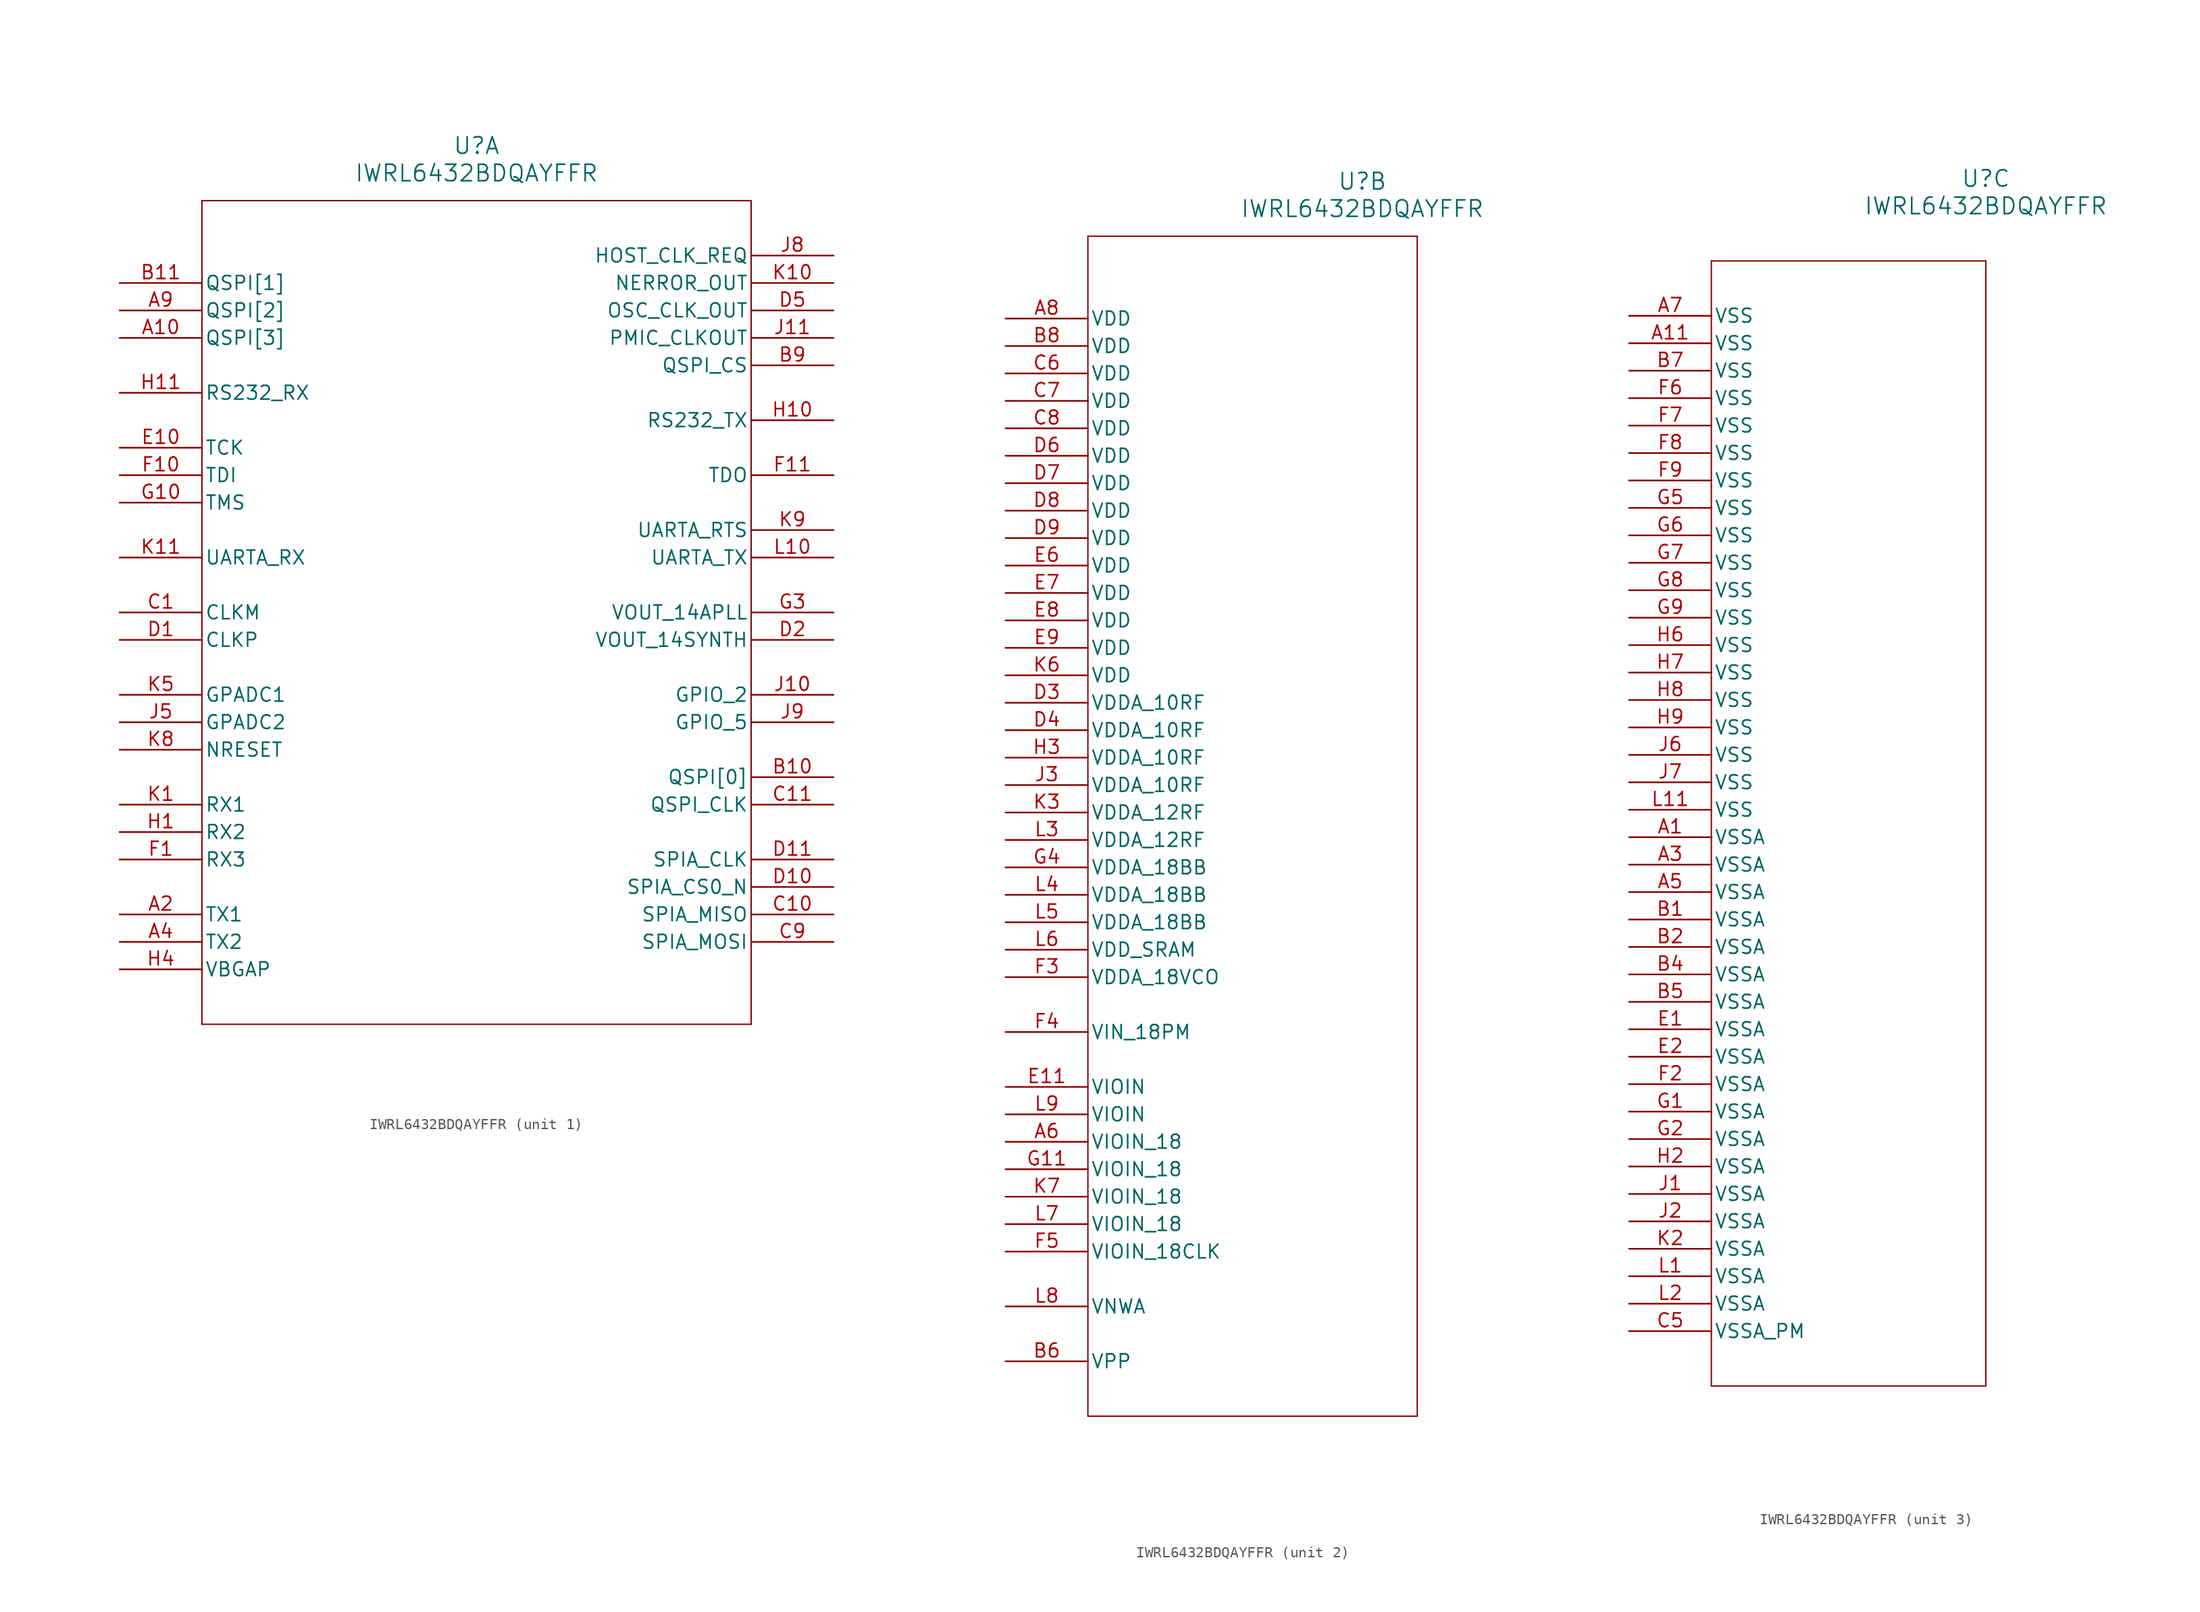
<source format=kicad_sym>
(kicad_symbol_lib
  (version 20211014)
  (generator kicad_symbol_editor)
  (symbol "IWRL6432BDQAYFFR"
    (pin_names
      (offset 0.254))
    (property "Reference" "U"
      (at 33.02 12.7 0)
      (effects (font (size 1.524 1.524))))
    (property "Value" "IWRL6432BDQAYFFR"
      (at 33.02 10.16 0)
      (effects (font (size 1.524 1.524))))
    (symbol "IWRL6432BDQAYFFR_1_1"
      (polyline (pts (xy 7.62 7.62) (xy 7.62 -68.58)) (stroke (width 0.127) (type default) (color 0 0 0 0)) (fill (type none)))
      (polyline (pts (xy 7.62 -68.58) (xy 58.42 -68.58)) (stroke (width 0.127) (type default) (color 0 0 0 0)) (fill (type none)))
      (polyline (pts (xy 58.42 -68.58) (xy 58.42 7.62)) (stroke (width 0.127) (type default) (color 0 0 0 0)) (fill (type none)))
      (polyline (pts (xy 58.42 7.62) (xy 7.62 7.62)) (stroke (width 0.127) (type default) (color 0 0 0 0)) (fill (type none)))
      (pin unspecified line (at 0 -58.42 0) (length 7.62) (name "TX1" (effects (font (size 1.27 1.27)))) (number "A2" (effects (font (size 1.27 1.27)))))
      (pin unspecified line (at 0 -60.96 0) (length 7.62) (name "TX2" (effects (font (size 1.27 1.27)))) (number "A4" (effects (font (size 1.27 1.27)))))
      (pin input line (at 0 -2.54 0) (length 7.62) (name "QSPI[2]" (effects (font (size 1.27 1.27)))) (number "A9" (effects (font (size 1.27 1.27)))))
      (pin input line (at 0 -5.08 0) (length 7.62) (name "QSPI[3]" (effects (font (size 1.27 1.27)))) (number "A10" (effects (font (size 1.27 1.27)))))
      (pin output line (at 66.04 -7.62 180) (length 7.62) (name "QSPI_CS" (effects (font (size 1.27 1.27)))) (number "B9" (effects (font (size 1.27 1.27)))))
      (pin bidirectional line (at 66.04 -45.72 180) (length 7.62) (name "QSPI[0]" (effects (font (size 1.27 1.27)))) (number "B10" (effects (font (size 1.27 1.27)))))
      (pin input line (at 0 0 0) (length 7.62) (name "QSPI[1]" (effects (font (size 1.27 1.27)))) (number "B11" (effects (font (size 1.27 1.27)))))
      (pin unspecified line (at 0 -30.48 0) (length 7.62) (name "CLKM" (effects (font (size 1.27 1.27)))) (number "C1" (effects (font (size 1.27 1.27)))))
      (pin bidirectional line (at 66.04 -60.96 180) (length 7.62) (name "SPIA_MOSI" (effects (font (size 1.27 1.27)))) (number "C9" (effects (font (size 1.27 1.27)))))
      (pin bidirectional line (at 66.04 -58.42 180) (length 7.62) (name "SPIA_MISO" (effects (font (size 1.27 1.27)))) (number "C10" (effects (font (size 1.27 1.27)))))
      (pin bidirectional line (at 66.04 -48.26 180) (length 7.62) (name "QSPI_CLK" (effects (font (size 1.27 1.27)))) (number "C11" (effects (font (size 1.27 1.27)))))
      (pin unspecified line (at 0 -33.02 0) (length 7.62) (name "CLKP" (effects (font (size 1.27 1.27)))) (number "D1" (effects (font (size 1.27 1.27)))))
      (pin power_in line (at 66.04 -33.02 180) (length 7.62) (name "VOUT_14SYNTH" (effects (font (size 1.27 1.27)))) (number "D2" (effects (font (size 1.27 1.27)))))
      (pin unspecified line (at 66.04 -2.54 180) (length 7.62) (name "OSC_CLK_OUT" (effects (font (size 1.27 1.27)))) (number "D5" (effects (font (size 1.27 1.27)))))
      (pin bidirectional line (at 66.04 -55.88 180) (length 7.62) (name "SPIA_CS0_N" (effects (font (size 1.27 1.27)))) (number "D10" (effects (font (size 1.27 1.27)))))
      (pin bidirectional line (at 66.04 -53.34 180) (length 7.62) (name "SPIA_CLK" (effects (font (size 1.27 1.27)))) (number "D11" (effects (font (size 1.27 1.27)))))
      (pin input line (at 0 -15.24 0) (length 7.62) (name "TCK" (effects (font (size 1.27 1.27)))) (number "E10" (effects (font (size 1.27 1.27)))))
      (pin unspecified line (at 0 -53.34 0) (length 7.62) (name "RX3" (effects (font (size 1.27 1.27)))) (number "F1" (effects (font (size 1.27 1.27)))))
      (pin input line (at 0 -17.78 0) (length 7.62) (name "TDI" (effects (font (size 1.27 1.27)))) (number "F10" (effects (font (size 1.27 1.27)))))
      (pin output line (at 66.04 -17.78 180) (length 7.62) (name "TDO" (effects (font (size 1.27 1.27)))) (number "F11" (effects (font (size 1.27 1.27)))))
      (pin power_in line (at 66.04 -30.48 180) (length 7.62) (name "VOUT_14APLL" (effects (font (size 1.27 1.27)))) (number "G3" (effects (font (size 1.27 1.27)))))
      (pin input line (at 0 -20.32 0) (length 7.62) (name "TMS" (effects (font (size 1.27 1.27)))) (number "G10" (effects (font (size 1.27 1.27)))))
      (pin unspecified line (at 0 -50.8 0) (length 7.62) (name "RX2" (effects (font (size 1.27 1.27)))) (number "H1" (effects (font (size 1.27 1.27)))))
      (pin unspecified line (at 0 -63.5 0) (length 7.62) (name "VBGAP" (effects (font (size 1.27 1.27)))) (number "H4" (effects (font (size 1.27 1.27)))))
      (pin output line (at 66.04 -12.7 180) (length 7.62) (name "RS232_TX" (effects (font (size 1.27 1.27)))) (number "H10" (effects (font (size 1.27 1.27)))))
      (pin input line (at 0 -10.16 0) (length 7.62) (name "RS232_RX" (effects (font (size 1.27 1.27)))) (number "H11" (effects (font (size 1.27 1.27)))))
      (pin unspecified line (at 0 -40.64 0) (length 7.62) (name "GPADC2" (effects (font (size 1.27 1.27)))) (number "J5" (effects (font (size 1.27 1.27)))))
      (pin output line (at 66.04 2.54 180) (length 7.62) (name "HOST_CLK_REQ" (effects (font (size 1.27 1.27)))) (number "J8" (effects (font (size 1.27 1.27)))))
      (pin bidirectional line (at 66.04 -40.64 180) (length 7.62) (name "GPIO_5" (effects (font (size 1.27 1.27)))) (number "J9" (effects (font (size 1.27 1.27)))))
      (pin bidirectional line (at 66.04 -38.1 180) (length 7.62) (name "GPIO_2" (effects (font (size 1.27 1.27)))) (number "J10" (effects (font (size 1.27 1.27)))))
      (pin output line (at 66.04 -5.08 180) (length 7.62) (name "PMIC_CLKOUT" (effects (font (size 1.27 1.27)))) (number "J11" (effects (font (size 1.27 1.27)))))
      (pin unspecified line (at 0 -48.26 0) (length 7.62) (name "RX1" (effects (font (size 1.27 1.27)))) (number "K1" (effects (font (size 1.27 1.27)))))
      (pin unspecified line (at 0 -38.1 0) (length 7.62) (name "GPADC1" (effects (font (size 1.27 1.27)))) (number "K5" (effects (font (size 1.27 1.27)))))
      (pin unspecified line (at 0 -43.18 0) (length 7.62) (name "NRESET" (effects (font (size 1.27 1.27)))) (number "K8" (effects (font (size 1.27 1.27)))))
      (pin output line (at 66.04 -22.86 180) (length 7.62) (name "UARTA_RTS" (effects (font (size 1.27 1.27)))) (number "K9" (effects (font (size 1.27 1.27)))))
      (pin output line (at 66.04 0 180) (length 7.62) (name "NERROR_OUT" (effects (font (size 1.27 1.27)))) (number "K10" (effects (font (size 1.27 1.27)))))
      (pin input line (at 0 -25.4 0) (length 7.62) (name "UARTA_RX" (effects (font (size 1.27 1.27)))) (number "K11" (effects (font (size 1.27 1.27)))))
      (pin output line (at 66.04 -25.4 180) (length 7.62) (name "UARTA_TX" (effects (font (size 1.27 1.27)))) (number "L10" (effects (font (size 1.27 1.27))))))
    (symbol "IWRL6432BDQAYFFR_2_1"
      (polyline (pts (xy 7.62 7.62) (xy 7.62 -101.6)) (stroke (width 0.127) (type default) (color 0 0 0 0)) (fill (type none)))
      (polyline (pts (xy 7.62 -101.6) (xy 38.1 -101.6)) (stroke (width 0.127) (type default) (color 0 0 0 0)) (fill (type none)))
      (polyline (pts (xy 38.1 -101.6) (xy 38.1 7.62)) (stroke (width 0.127) (type default) (color 0 0 0 0)) (fill (type none)))
      (polyline (pts (xy 38.1 7.62) (xy 7.62 7.62)) (stroke (width 0.127) (type default) (color 0 0 0 0)) (fill (type none)))
      (pin power_in line (at 0 -76.2 0) (length 7.62) (name "VIOIN_18" (effects (font (size 1.27 1.27)))) (number "A6" (effects (font (size 1.27 1.27)))))
      (pin power_in line (at 0 0 0) (length 7.62) (name "VDD" (effects (font (size 1.27 1.27)))) (number "A8" (effects (font (size 1.27 1.27)))))
      (pin power_in line (at 0 -96.52 0) (length 7.62) (name "VPP" (effects (font (size 1.27 1.27)))) (number "B6" (effects (font (size 1.27 1.27)))))
      (pin power_in line (at 0 -2.54 0) (length 7.62) (name "VDD" (effects (font (size 1.27 1.27)))) (number "B8" (effects (font (size 1.27 1.27)))))
      (pin power_in line (at 0 -5.08 0) (length 7.62) (name "VDD" (effects (font (size 1.27 1.27)))) (number "C6" (effects (font (size 1.27 1.27)))))
      (pin power_in line (at 0 -7.62 0) (length 7.62) (name "VDD" (effects (font (size 1.27 1.27)))) (number "C7" (effects (font (size 1.27 1.27)))))
      (pin power_in line (at 0 -10.16 0) (length 7.62) (name "VDD" (effects (font (size 1.27 1.27)))) (number "C8" (effects (font (size 1.27 1.27)))))
      (pin power_in line (at 0 -35.56 0) (length 7.62) (name "VDDA_10RF" (effects (font (size 1.27 1.27)))) (number "D3" (effects (font (size 1.27 1.27)))))
      (pin power_in line (at 0 -38.1 0) (length 7.62) (name "VDDA_10RF" (effects (font (size 1.27 1.27)))) (number "D4" (effects (font (size 1.27 1.27)))))
      (pin power_in line (at 0 -12.7 0) (length 7.62) (name "VDD" (effects (font (size 1.27 1.27)))) (number "D6" (effects (font (size 1.27 1.27)))))
      (pin power_in line (at 0 -15.24 0) (length 7.62) (name "VDD" (effects (font (size 1.27 1.27)))) (number "D7" (effects (font (size 1.27 1.27)))))
      (pin power_in line (at 0 -17.78 0) (length 7.62) (name "VDD" (effects (font (size 1.27 1.27)))) (number "D8" (effects (font (size 1.27 1.27)))))
      (pin power_in line (at 0 -20.32 0) (length 7.62) (name "VDD" (effects (font (size 1.27 1.27)))) (number "D9" (effects (font (size 1.27 1.27)))))
      (pin power_in line (at 0 -22.86 0) (length 7.62) (name "VDD" (effects (font (size 1.27 1.27)))) (number "E6" (effects (font (size 1.27 1.27)))))
      (pin power_in line (at 0 -25.4 0) (length 7.62) (name "VDD" (effects (font (size 1.27 1.27)))) (number "E7" (effects (font (size 1.27 1.27)))))
      (pin power_in line (at 0 -27.94 0) (length 7.62) (name "VDD" (effects (font (size 1.27 1.27)))) (number "E8" (effects (font (size 1.27 1.27)))))
      (pin power_in line (at 0 -30.48 0) (length 7.62) (name "VDD" (effects (font (size 1.27 1.27)))) (number "E9" (effects (font (size 1.27 1.27)))))
      (pin power_in line (at 0 -71.12 0) (length 7.62) (name "VIOIN" (effects (font (size 1.27 1.27)))) (number "E11" (effects (font (size 1.27 1.27)))))
      (pin power_in line (at 0 -60.96 0) (length 7.62) (name "VDDA_18VCO" (effects (font (size 1.27 1.27)))) (number "F3" (effects (font (size 1.27 1.27)))))
      (pin power_in line (at 0 -66.04 0) (length 7.62) (name "VIN_18PM" (effects (font (size 1.27 1.27)))) (number "F4" (effects (font (size 1.27 1.27)))))
      (pin power_in line (at 0 -86.36 0) (length 7.62) (name "VIOIN_18CLK" (effects (font (size 1.27 1.27)))) (number "F5" (effects (font (size 1.27 1.27)))))
      (pin power_in line (at 0 -50.8 0) (length 7.62) (name "VDDA_18BB" (effects (font (size 1.27 1.27)))) (number "G4" (effects (font (size 1.27 1.27)))))
      (pin power_in line (at 0 -78.74 0) (length 7.62) (name "VIOIN_18" (effects (font (size 1.27 1.27)))) (number "G11" (effects (font (size 1.27 1.27)))))
      (pin power_in line (at 0 -40.64 0) (length 7.62) (name "VDDA_10RF" (effects (font (size 1.27 1.27)))) (number "H3" (effects (font (size 1.27 1.27)))))
      (pin power_in line (at 0 -43.18 0) (length 7.62) (name "VDDA_10RF" (effects (font (size 1.27 1.27)))) (number "J3" (effects (font (size 1.27 1.27)))))
      (pin power_in line (at 0 -45.72 0) (length 7.62) (name "VDDA_12RF" (effects (font (size 1.27 1.27)))) (number "K3" (effects (font (size 1.27 1.27)))))
      (pin power_in line (at 0 -33.02 0) (length 7.62) (name "VDD" (effects (font (size 1.27 1.27)))) (number "K6" (effects (font (size 1.27 1.27)))))
      (pin power_in line (at 0 -81.28 0) (length 7.62) (name "VIOIN_18" (effects (font (size 1.27 1.27)))) (number "K7" (effects (font (size 1.27 1.27)))))
      (pin power_in line (at 0 -48.26 0) (length 7.62) (name "VDDA_12RF" (effects (font (size 1.27 1.27)))) (number "L3" (effects (font (size 1.27 1.27)))))
      (pin power_in line (at 0 -53.34 0) (length 7.62) (name "VDDA_18BB" (effects (font (size 1.27 1.27)))) (number "L4" (effects (font (size 1.27 1.27)))))
      (pin power_in line (at 0 -55.88 0) (length 7.62) (name "VDDA_18BB" (effects (font (size 1.27 1.27)))) (number "L5" (effects (font (size 1.27 1.27)))))
      (pin power_in line (at 0 -58.42 0) (length 7.62) (name "VDD_SRAM" (effects (font (size 1.27 1.27)))) (number "L6" (effects (font (size 1.27 1.27)))))
      (pin power_in line (at 0 -83.82 0) (length 7.62) (name "VIOIN_18" (effects (font (size 1.27 1.27)))) (number "L7" (effects (font (size 1.27 1.27)))))
      (pin power_in line (at 0 -91.44 0) (length 7.62) (name "VNWA" (effects (font (size 1.27 1.27)))) (number "L8" (effects (font (size 1.27 1.27)))))
      (pin power_in line (at 0 -73.66 0) (length 7.62) (name "VIOIN" (effects (font (size 1.27 1.27)))) (number "L9" (effects (font (size 1.27 1.27))))))
    (symbol "IWRL6432BDQAYFFR_3_1"
      (polyline (pts (xy 7.62 5.08) (xy 7.62 -99.06)) (stroke (width 0.127) (type default) (color 0 0 0 0)) (fill (type none)))
      (polyline (pts (xy 7.62 -99.06) (xy 33.02 -99.06)) (stroke (width 0.127) (type default) (color 0 0 0 0)) (fill (type none)))
      (polyline (pts (xy 33.02 -99.06) (xy 33.02 5.08)) (stroke (width 0.127) (type default) (color 0 0 0 0)) (fill (type none)))
      (polyline (pts (xy 33.02 5.08) (xy 7.62 5.08)) (stroke (width 0.127) (type default) (color 0 0 0 0)) (fill (type none)))
      (pin power_out line (at 0 -48.26 0) (length 7.62) (name "VSSA" (effects (font (size 1.27 1.27)))) (number "A1" (effects (font (size 1.27 1.27)))))
      (pin power_out line (at 0 -50.8 0) (length 7.62) (name "VSSA" (effects (font (size 1.27 1.27)))) (number "A3" (effects (font (size 1.27 1.27)))))
      (pin power_out line (at 0 -53.34 0) (length 7.62) (name "VSSA" (effects (font (size 1.27 1.27)))) (number "A5" (effects (font (size 1.27 1.27)))))
      (pin power_out line (at 0 0 0) (length 7.62) (name "VSS" (effects (font (size 1.27 1.27)))) (number "A7" (effects (font (size 1.27 1.27)))))
      (pin power_out line (at 0 -2.54 0) (length 7.62) (name "VSS" (effects (font (size 1.27 1.27)))) (number "A11" (effects (font (size 1.27 1.27)))))
      (pin power_out line (at 0 -55.88 0) (length 7.62) (name "VSSA" (effects (font (size 1.27 1.27)))) (number "B1" (effects (font (size 1.27 1.27)))))
      (pin power_out line (at 0 -58.42 0) (length 7.62) (name "VSSA" (effects (font (size 1.27 1.27)))) (number "B2" (effects (font (size 1.27 1.27)))))
      (pin power_out line (at 0 -60.96 0) (length 7.62) (name "VSSA" (effects (font (size 1.27 1.27)))) (number "B4" (effects (font (size 1.27 1.27)))))
      (pin power_out line (at 0 -63.5 0) (length 7.62) (name "VSSA" (effects (font (size 1.27 1.27)))) (number "B5" (effects (font (size 1.27 1.27)))))
      (pin power_out line (at 0 -5.08 0) (length 7.62) (name "VSS" (effects (font (size 1.27 1.27)))) (number "B7" (effects (font (size 1.27 1.27)))))
      (pin power_out line (at 0 -93.98 0) (length 7.62) (name "VSSA_PM" (effects (font (size 1.27 1.27)))) (number "C5" (effects (font (size 1.27 1.27)))))
      (pin power_out line (at 0 -66.04 0) (length 7.62) (name "VSSA" (effects (font (size 1.27 1.27)))) (number "E1" (effects (font (size 1.27 1.27)))))
      (pin power_out line (at 0 -68.58 0) (length 7.62) (name "VSSA" (effects (font (size 1.27 1.27)))) (number "E2" (effects (font (size 1.27 1.27)))))
      (pin power_out line (at 0 -71.12 0) (length 7.62) (name "VSSA" (effects (font (size 1.27 1.27)))) (number "F2" (effects (font (size 1.27 1.27)))))
      (pin power_out line (at 0 -7.62 0) (length 7.62) (name "VSS" (effects (font (size 1.27 1.27)))) (number "F6" (effects (font (size 1.27 1.27)))))
      (pin power_out line (at 0 -10.16 0) (length 7.62) (name "VSS" (effects (font (size 1.27 1.27)))) (number "F7" (effects (font (size 1.27 1.27)))))
      (pin power_out line (at 0 -12.7 0) (length 7.62) (name "VSS" (effects (font (size 1.27 1.27)))) (number "F8" (effects (font (size 1.27 1.27)))))
      (pin power_out line (at 0 -15.24 0) (length 7.62) (name "VSS" (effects (font (size 1.27 1.27)))) (number "F9" (effects (font (size 1.27 1.27)))))
      (pin power_out line (at 0 -73.66 0) (length 7.62) (name "VSSA" (effects (font (size 1.27 1.27)))) (number "G1" (effects (font (size 1.27 1.27)))))
      (pin power_out line (at 0 -76.2 0) (length 7.62) (name "VSSA" (effects (font (size 1.27 1.27)))) (number "G2" (effects (font (size 1.27 1.27)))))
      (pin power_out line (at 0 -17.78 0) (length 7.62) (name "VSS" (effects (font (size 1.27 1.27)))) (number "G5" (effects (font (size 1.27 1.27)))))
      (pin power_out line (at 0 -20.32 0) (length 7.62) (name "VSS" (effects (font (size 1.27 1.27)))) (number "G6" (effects (font (size 1.27 1.27)))))
      (pin power_out line (at 0 -22.86 0) (length 7.62) (name "VSS" (effects (font (size 1.27 1.27)))) (number "G7" (effects (font (size 1.27 1.27)))))
      (pin power_out line (at 0 -25.4 0) (length 7.62) (name "VSS" (effects (font (size 1.27 1.27)))) (number "G8" (effects (font (size 1.27 1.27)))))
      (pin power_out line (at 0 -27.94 0) (length 7.62) (name "VSS" (effects (font (size 1.27 1.27)))) (number "G9" (effects (font (size 1.27 1.27)))))
      (pin power_out line (at 0 -78.74 0) (length 7.62) (name "VSSA" (effects (font (size 1.27 1.27)))) (number "H2" (effects (font (size 1.27 1.27)))))
      (pin power_out line (at 0 -30.48 0) (length 7.62) (name "VSS" (effects (font (size 1.27 1.27)))) (number "H6" (effects (font (size 1.27 1.27)))))
      (pin power_out line (at 0 -33.02 0) (length 7.62) (name "VSS" (effects (font (size 1.27 1.27)))) (number "H7" (effects (font (size 1.27 1.27)))))
      (pin power_out line (at 0 -35.56 0) (length 7.62) (name "VSS" (effects (font (size 1.27 1.27)))) (number "H8" (effects (font (size 1.27 1.27)))))
      (pin power_out line (at 0 -38.1 0) (length 7.62) (name "VSS" (effects (font (size 1.27 1.27)))) (number "H9" (effects (font (size 1.27 1.27)))))
      (pin power_out line (at 0 -81.28 0) (length 7.62) (name "VSSA" (effects (font (size 1.27 1.27)))) (number "J1" (effects (font (size 1.27 1.27)))))
      (pin power_out line (at 0 -83.82 0) (length 7.62) (name "VSSA" (effects (font (size 1.27 1.27)))) (number "J2" (effects (font (size 1.27 1.27)))))
      (pin power_out line (at 0 -40.64 0) (length 7.62) (name "VSS" (effects (font (size 1.27 1.27)))) (number "J6" (effects (font (size 1.27 1.27)))))
      (pin power_out line (at 0 -43.18 0) (length 7.62) (name "VSS" (effects (font (size 1.27 1.27)))) (number "J7" (effects (font (size 1.27 1.27)))))
      (pin power_out line (at 0 -86.36 0) (length 7.62) (name "VSSA" (effects (font (size 1.27 1.27)))) (number "K2" (effects (font (size 1.27 1.27)))))
      (pin power_out line (at 0 -88.9 0) (length 7.62) (name "VSSA" (effects (font (size 1.27 1.27)))) (number "L1" (effects (font (size 1.27 1.27)))))
      (pin power_out line (at 0 -91.44 0) (length 7.62) (name "VSSA" (effects (font (size 1.27 1.27)))) (number "L2" (effects (font (size 1.27 1.27)))))
      (pin power_out line (at 0 -45.72 0) (length 7.62) (name "VSS" (effects (font (size 1.27 1.27)))) (number "L11" (effects (font (size 1.27 1.27))))))))
</source>
